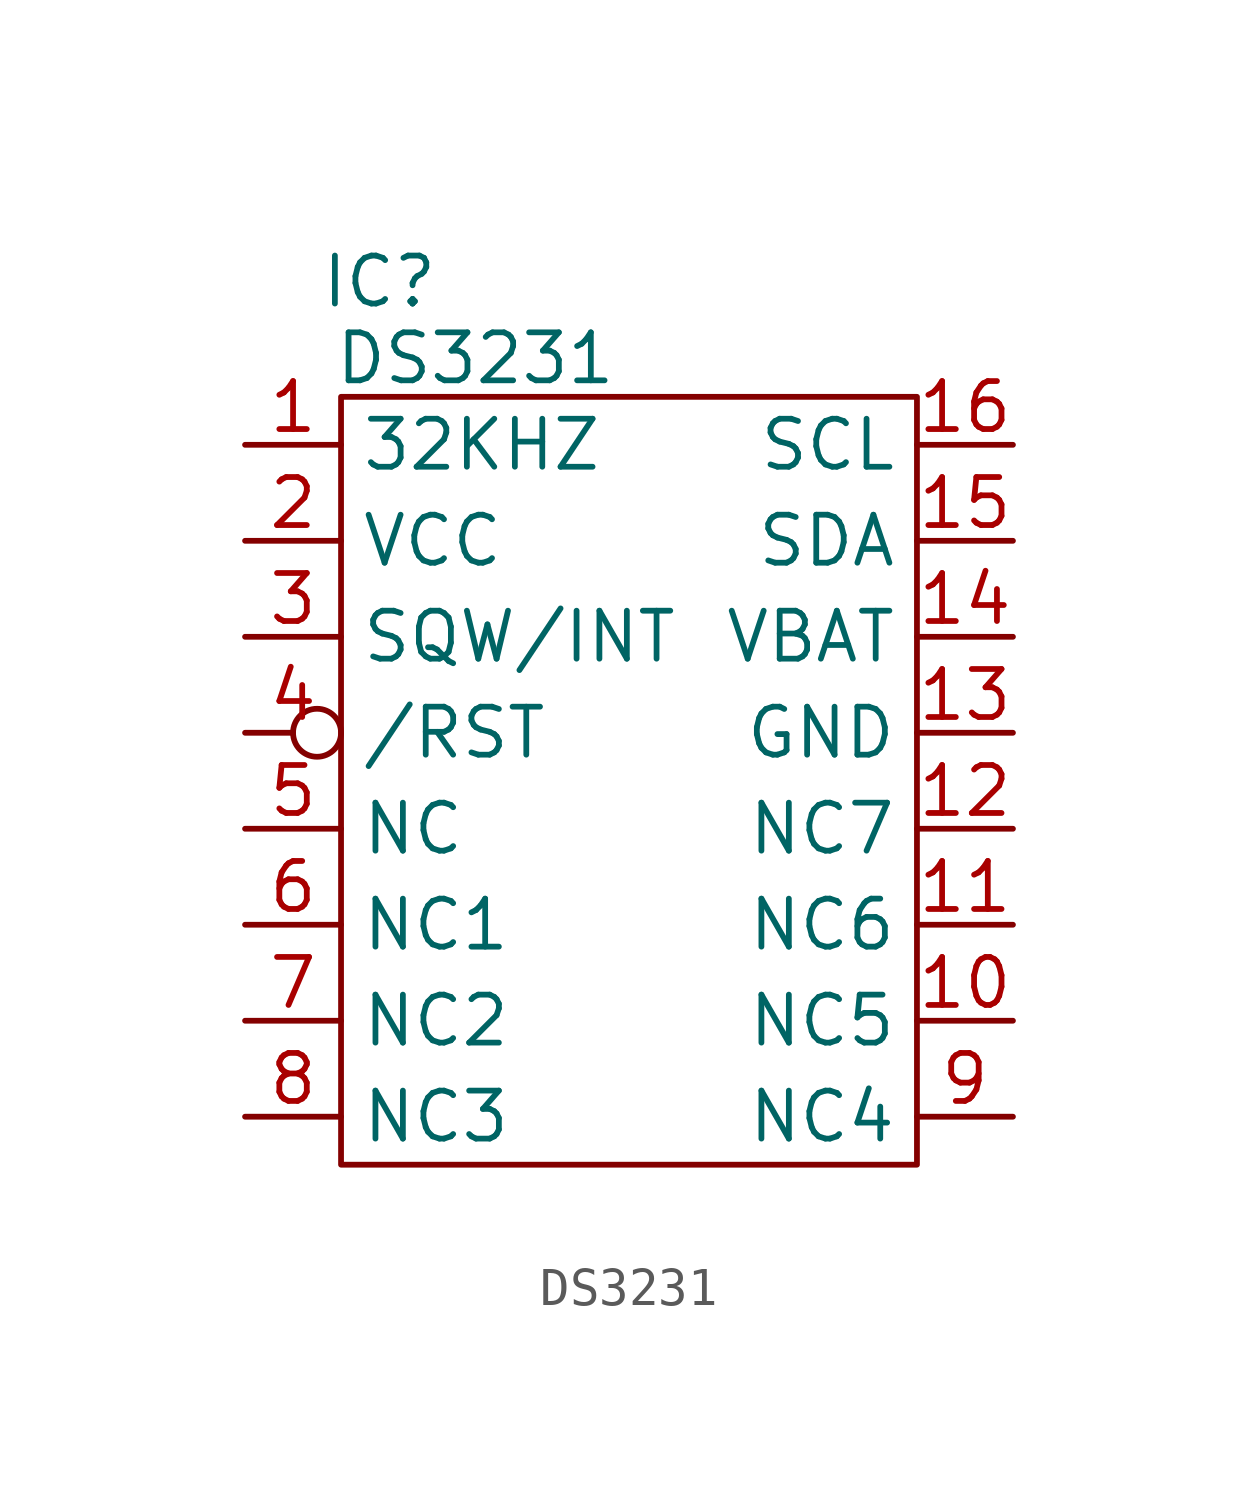
<source format=kicad_sym>
(kicad_symbol_lib
  (version 20231120)
  (generator "kicad_symbol_editor")
  (generator_version "8.0")
  (symbol "DS3231"
    (property "Reference" "IC"
      (at 1.016 23.368 0)
      (effects (font (size 1.27 1.27))))
    (property "Value" "DS3231"
      (at 3.556 21.336 0)
      (effects (font (size 1.27 1.27))))
    (symbol "DS3231_0_0"
      (pin passive line (at -2.54 19.05 0) (length 2.54) (name "32KHZ" (effects (font (size 1.27 1.27)))) (number "1" (effects (font (size 1.27 1.27)))))
      (pin passive line (at 17.78 3.81 180) (length 2.54) (name "NC5" (effects (font (size 1.27 1.27)))) (number "10" (effects (font (size 1.27 1.27)))))
      (pin passive line (at 17.78 6.35 180) (length 2.54) (name "NC6" (effects (font (size 1.27 1.27)))) (number "11" (effects (font (size 1.27 1.27)))))
      (pin passive line (at 17.78 8.89 180) (length 2.54) (name "NC7" (effects (font (size 1.27 1.27)))) (number "12" (effects (font (size 1.27 1.27)))))
      (pin passive line (at 17.78 11.43 180) (length 2.54) (name "GND" (effects (font (size 1.27 1.27)))) (number "13" (effects (font (size 1.27 1.27)))))
      (pin passive line (at 17.78 13.97 180) (length 2.54) (name "VBAT" (effects (font (size 1.27 1.27)))) (number "14" (effects (font (size 1.27 1.27)))))
      (pin passive line (at 17.78 16.51 180) (length 2.54) (name "SDA" (effects (font (size 1.27 1.27)))) (number "15" (effects (font (size 1.27 1.27)))))
      (pin passive line (at 17.78 19.05 180) (length 2.54) (name "SCL" (effects (font (size 1.27 1.27)))) (number "16" (effects (font (size 1.27 1.27)))))
      (pin passive line (at -2.54 16.51 0) (length 2.54) (name "VCC" (effects (font (size 1.27 1.27)))) (number "2" (effects (font (size 1.27 1.27)))))
      (pin passive line (at -2.54 13.97 0) (length 2.54) (name "SQW/INT" (effects (font (size 1.27 1.27)))) (number "3" (effects (font (size 1.27 1.27)))))
      (pin passive line (at -2.54 8.89 0) (length 2.54) (name "NC" (effects (font (size 1.27 1.27)))) (number "5" (effects (font (size 1.27 1.27)))))
      (pin passive line (at -2.54 6.35 0) (length 2.54) (name "NC1" (effects (font (size 1.27 1.27)))) (number "6" (effects (font (size 1.27 1.27)))))
      (pin passive line (at -2.54 3.81 0) (length 2.54) (name "NC2" (effects (font (size 1.27 1.27)))) (number "7" (effects (font (size 1.27 1.27)))))
      (pin passive line (at -2.54 1.27 0) (length 2.54) (name "NC3" (effects (font (size 1.27 1.27)))) (number "8" (effects (font (size 1.27 1.27)))))
      (pin passive line (at 17.78 1.27 180) (length 2.54) (name "NC4" (effects (font (size 1.27 1.27)))) (number "9" (effects (font (size 1.27 1.27))))))
    (symbol "DS3231_0_1"
      (rectangle (start 0 20.32) (end 15.24 0) (stroke (width 0) (type default)) (fill (type none))))
    (symbol "DS3231_1_0"
      (pin passive inverted (at -2.54 11.43 0) (length 2.54) (name "/RST" (effects (font (size 1.27 1.27)))) (number "4" (effects (font (size 1.27 1.27))))))))
</source>
